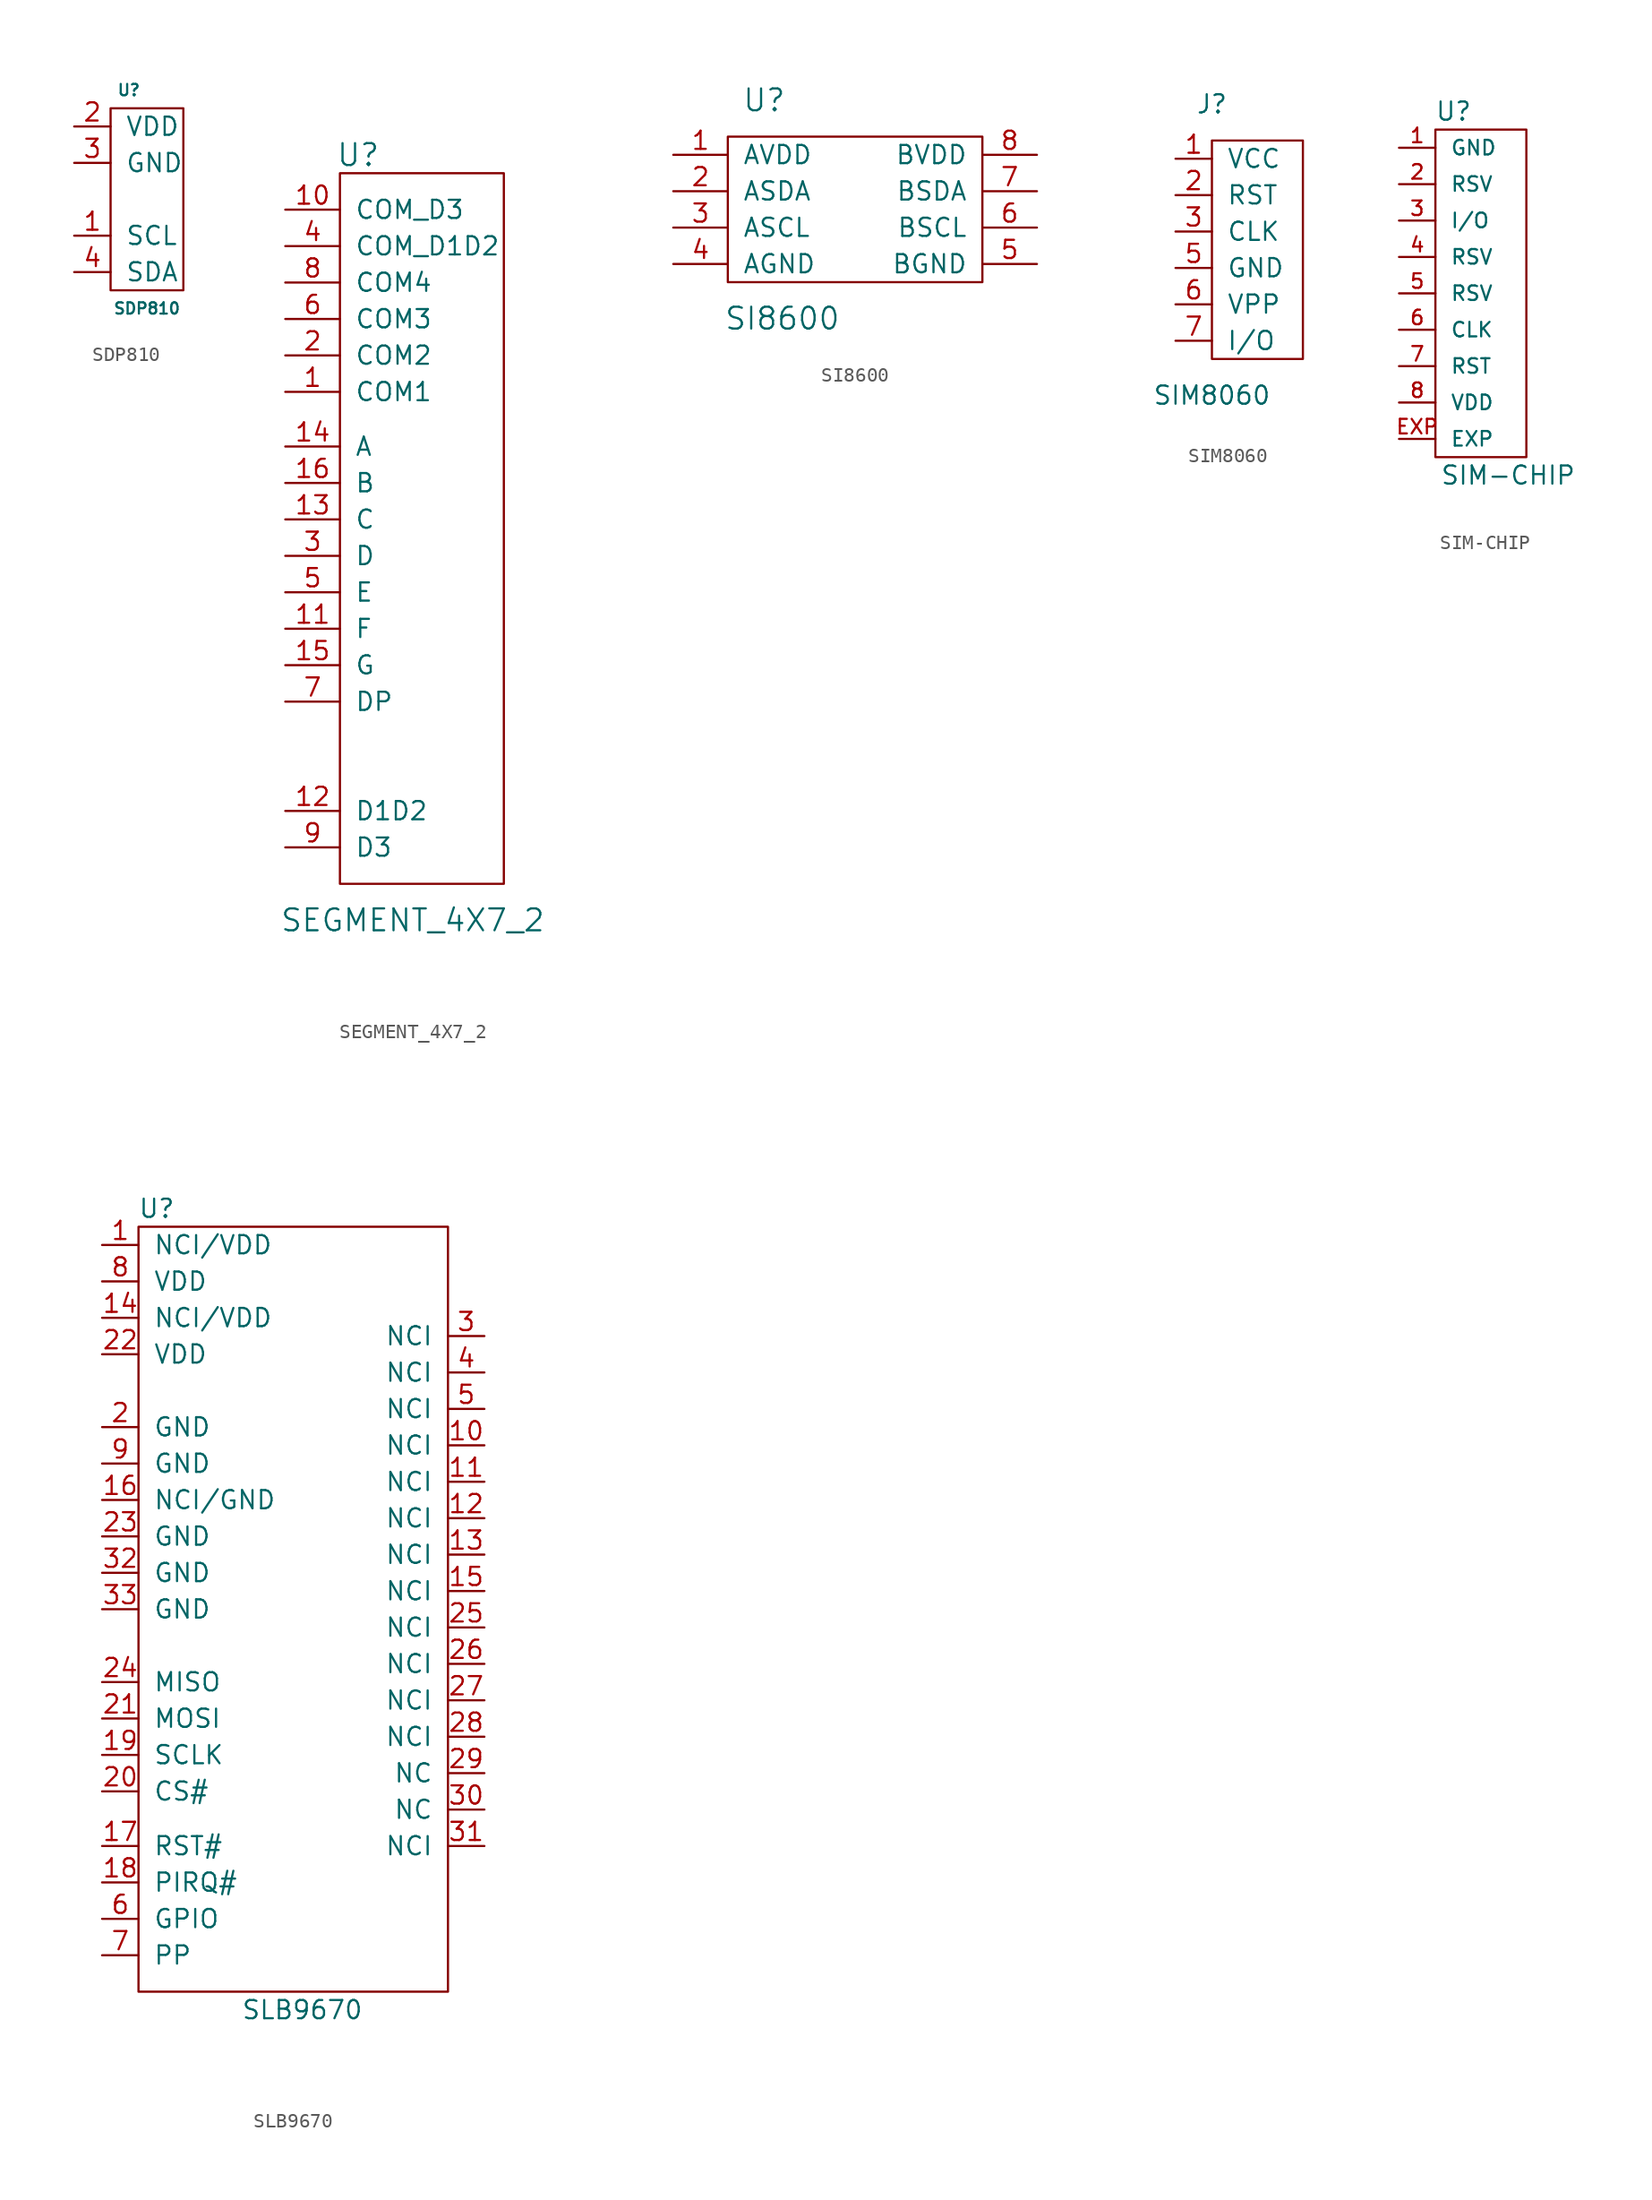
<source format=kicad_sym>
(kicad_symbol_lib
  (version 20211014)
  (generator kicad_symbol_editor)
  (symbol "SDP810"
    (pin_names
      (offset 1.016))
    (property "Reference" "U"
      (at 1.27 7.62 0)
      (effects (font (size 0.787 0.787))))
    (property "Value" "SDP810"
      (at 2.54 -7.62 0)
      (effects (font (size 0.787 0.787))))
    (symbol "SDP810_0_1"
      (rectangle (start 0 6.35) (end 5.08 -6.35) (stroke (width 0) (type default) (color 0 0 0 0)) (fill (type none))))
    (symbol "SDP810_1_1"
      (pin passive line (at -2.54 -2.54 0) (length 2.54) (name "SCL" (effects (font (size 1.27 1.27)))) (number "1" (effects (font (size 1.27 1.27)))))
      (pin passive line (at -2.54 5.08 0) (length 2.54) (name "VDD" (effects (font (size 1.27 1.27)))) (number "2" (effects (font (size 1.27 1.27)))))
      (pin passive line (at -2.54 2.54 0) (length 2.54) (name "GND" (effects (font (size 1.27 1.27)))) (number "3" (effects (font (size 1.27 1.27)))))
      (pin passive line (at -2.54 -5.08 0) (length 2.54) (name "SDA" (effects (font (size 1.27 1.27)))) (number "4" (effects (font (size 1.27 1.27)))))))
  (symbol "SEGMENT_4X7_2"
    (pin_names
      (offset 1.016))
    (property "Reference" "U"
      (at -3.81 1.27 0)
      (effects (font (size 1.524 1.524))))
    (property "Value" "SEGMENT_4X7_2"
      (at 0 -52.07 0)
      (effects (font (size 1.524 1.524))))
    (property "Footprint" ""
      (at 0 0 0)
      (effects (font (size 1.524 1.524))))
    (property "Datasheet" ""
      (at 0 0 0)
      (effects (font (size 1.524 1.524))))
    (symbol "SEGMENT_4X7_2_0_1"
      (rectangle (start -5.08 0) (end 6.35 -49.53) (stroke (width 0) (type default) (color 0 0 0 0)) (fill (type none))))
    (symbol "SEGMENT_4X7_2_1_1"
      (pin passive line (at -8.89 -15.24 0) (length 3.81) (name "COM1" (effects (font (size 1.27 1.27)))) (number "1" (effects (font (size 1.27 1.27)))))
      (pin passive line (at -8.89 -2.54 0) (length 3.81) (name "COM_D3" (effects (font (size 1.27 1.27)))) (number "10" (effects (font (size 1.27 1.27)))))
      (pin passive line (at -8.89 -31.75 0) (length 3.81) (name "F" (effects (font (size 1.27 1.27)))) (number "11" (effects (font (size 1.27 1.27)))))
      (pin passive line (at -8.89 -44.45 0) (length 3.81) (name "D1D2" (effects (font (size 1.27 1.27)))) (number "12" (effects (font (size 1.27 1.27)))))
      (pin passive line (at -8.89 -24.13 0) (length 3.81) (name "C" (effects (font (size 1.27 1.27)))) (number "13" (effects (font (size 1.27 1.27)))))
      (pin passive line (at -8.89 -19.05 0) (length 3.81) (name "A" (effects (font (size 1.27 1.27)))) (number "14" (effects (font (size 1.27 1.27)))))
      (pin passive line (at -8.89 -34.29 0) (length 3.81) (name "G" (effects (font (size 1.27 1.27)))) (number "15" (effects (font (size 1.27 1.27)))))
      (pin passive line (at -8.89 -21.59 0) (length 3.81) (name "B" (effects (font (size 1.27 1.27)))) (number "16" (effects (font (size 1.27 1.27)))))
      (pin passive line (at -8.89 -12.7 0) (length 3.81) (name "COM2" (effects (font (size 1.27 1.27)))) (number "2" (effects (font (size 1.27 1.27)))))
      (pin passive line (at -8.89 -26.67 0) (length 3.81) (name "D" (effects (font (size 1.27 1.27)))) (number "3" (effects (font (size 1.27 1.27)))))
      (pin passive line (at -8.89 -5.08 0) (length 3.81) (name "COM_D1D2" (effects (font (size 1.27 1.27)))) (number "4" (effects (font (size 1.27 1.27)))))
      (pin passive line (at -8.89 -29.21 0) (length 3.81) (name "E" (effects (font (size 1.27 1.27)))) (number "5" (effects (font (size 1.27 1.27)))))
      (pin passive line (at -8.89 -10.16 0) (length 3.81) (name "COM3" (effects (font (size 1.27 1.27)))) (number "6" (effects (font (size 1.27 1.27)))))
      (pin passive line (at -8.89 -36.83 0) (length 3.81) (name "DP" (effects (font (size 1.27 1.27)))) (number "7" (effects (font (size 1.27 1.27)))))
      (pin passive line (at -8.89 -7.62 0) (length 3.81) (name "COM4" (effects (font (size 1.27 1.27)))) (number "8" (effects (font (size 1.27 1.27)))))
      (pin passive line (at -8.89 -46.99 0) (length 3.81) (name "D3" (effects (font (size 1.27 1.27)))) (number "9" (effects (font (size 1.27 1.27)))))))
  (symbol "SI8600"
    (pin_names
      (offset 1.016))
    (property "Reference" "U"
      (at -6.35 7.62 0)
      (effects (font (size 1.524 1.524))))
    (property "Value" "SI8600"
      (at -5.08 -7.62 0)
      (effects (font (size 1.524 1.524))))
    (property "Footprint" ""
      (at 0 0 0)
      (effects (font (size 1.524 1.524))))
    (property "Datasheet" ""
      (at 0 0 0)
      (effects (font (size 1.524 1.524))))
    (symbol "SI8600_0_1"
      (rectangle (start -8.89 5.08) (end 8.89 -5.08) (stroke (width 0) (type default) (color 0 0 0 0)) (fill (type none))))
    (symbol "SI8600_1_1"
      (pin power_in line (at -12.7 3.81 0) (length 3.81) (name "AVDD" (effects (font (size 1.27 1.27)))) (number "1" (effects (font (size 1.27 1.27)))))
      (pin bidirectional line (at -12.7 1.27 0) (length 3.81) (name "ASDA" (effects (font (size 1.27 1.27)))) (number "2" (effects (font (size 1.27 1.27)))))
      (pin bidirectional line (at -12.7 -1.27 0) (length 3.81) (name "ASCL" (effects (font (size 1.27 1.27)))) (number "3" (effects (font (size 1.27 1.27)))))
      (pin power_out line (at -12.7 -3.81 0) (length 3.81) (name "AGND" (effects (font (size 1.27 1.27)))) (number "4" (effects (font (size 1.27 1.27)))))
      (pin passive line (at 12.7 -3.81 180) (length 3.81) (name "BGND" (effects (font (size 1.27 1.27)))) (number "5" (effects (font (size 1.27 1.27)))))
      (pin bidirectional line (at 12.7 -1.27 180) (length 3.81) (name "BSCL" (effects (font (size 1.27 1.27)))) (number "6" (effects (font (size 1.27 1.27)))))
      (pin bidirectional line (at 12.7 1.27 180) (length 3.81) (name "BSDA" (effects (font (size 1.27 1.27)))) (number "7" (effects (font (size 1.27 1.27)))))
      (pin power_in line (at 12.7 3.81 180) (length 3.81) (name "BVDD" (effects (font (size 1.27 1.27)))) (number "8" (effects (font (size 1.27 1.27)))))))
  (symbol "SIM8060"
    (pin_names
      (offset 1.016))
    (property "Reference" "J"
      (at 0 0 0)
      (effects (font (size 1.27 1.27))))
    (property "Value" "SIM8060"
      (at 0 -20.32 0)
      (effects (font (size 1.27 1.27))))
    (symbol "SIM8060_0_1"
      (rectangle (start 0 -2.54) (end 6.35 -17.78) (stroke (width 0) (type default) (color 0 0 0 0)) (fill (type none))))
    (symbol "SIM8060_1_1"
      (pin passive line (at -2.54 -3.81 0) (length 2.54) (name "VCC" (effects (font (size 1.27 1.27)))) (number "1" (effects (font (size 1.27 1.27)))))
      (pin passive line (at -2.54 -6.35 0) (length 2.54) (name "RST" (effects (font (size 1.27 1.27)))) (number "2" (effects (font (size 1.27 1.27)))))
      (pin passive line (at -2.54 -8.89 0) (length 2.54) (name "CLK" (effects (font (size 1.27 1.27)))) (number "3" (effects (font (size 1.27 1.27)))))
      (pin passive line (at -2.54 -11.43 0) (length 2.54) (name "GND" (effects (font (size 1.27 1.27)))) (number "5" (effects (font (size 1.27 1.27)))))
      (pin passive line (at -2.54 -13.97 0) (length 2.54) (name "VPP" (effects (font (size 1.27 1.27)))) (number "6" (effects (font (size 1.27 1.27)))))
      (pin passive line (at -2.54 -16.51 0) (length 2.54) (name "I/O" (effects (font (size 1.27 1.27)))) (number "7" (effects (font (size 1.27 1.27)))))))
  (symbol "SIM-CHIP"
    (pin_names
      (offset 1.016))
    (property "Reference" "U"
      (at 1.27 12.7 0)
      (effects (font (size 1.27 1.27))))
    (property "Value" "SIM-CHIP"
      (at 5.08 -12.7 0)
      (effects (font (size 1.27 1.27))))
    (symbol "SIM-CHIP_0_0"
      (pin passive line (at -2.54 10.16 0) (length 2.54) (name "GND" (effects (font (size 1.016 1.016)))) (number "1" (effects (font (size 1.016 1.016)))))
      (pin passive line (at -2.54 7.62 0) (length 2.54) (name "RSV" (effects (font (size 1.016 1.016)))) (number "2" (effects (font (size 1.016 1.016)))))
      (pin passive line (at -2.54 5.08 0) (length 2.54) (name "I/O" (effects (font (size 1.016 1.016)))) (number "3" (effects (font (size 1.016 1.016)))))
      (pin passive line (at -2.54 2.54 0) (length 2.54) (name "RSV" (effects (font (size 1.016 1.016)))) (number "4" (effects (font (size 1.016 1.016)))))
      (pin passive line (at -2.54 0 0) (length 2.54) (name "RSV" (effects (font (size 1.016 1.016)))) (number "5" (effects (font (size 1.016 1.016)))))
      (pin passive line (at -2.54 -2.54 0) (length 2.54) (name "CLK" (effects (font (size 1.016 1.016)))) (number "6" (effects (font (size 1.016 1.016)))))
      (pin passive line (at -2.54 -5.08 0) (length 2.54) (name "RST" (effects (font (size 1.016 1.016)))) (number "7" (effects (font (size 1.016 1.016)))))
      (pin passive line (at -2.54 -7.62 0) (length 2.54) (name "VDD" (effects (font (size 1.016 1.016)))) (number "8" (effects (font (size 1.016 1.016)))))
      (pin passive line (at -2.54 -10.16 0) (length 2.54) (name "EXP" (effects (font (size 1.016 1.016)))) (number "EXP" (effects (font (size 1.016 1.016))))))
    (symbol "SIM-CHIP_0_1"
      (rectangle (start 0 11.43) (end 6.35 -11.43) (stroke (width 0) (type default) (color 0 0 0 0)) (fill (type none)))))
  (symbol "SLB9670"
    (pin_names
      (offset 1.016))
    (property "Reference" "U"
      (at -10.16 25.4 0)
      (effects (font (size 1.27 1.27))))
    (property "Value" "SLB9670"
      (at 0 -30.48 0)
      (effects (font (size 1.27 1.27))))
    (symbol "SLB9670_0_1"
      (rectangle (start -11.43 24.13) (end 10.16 -29.21) (stroke (width 0) (type default) (color 0 0 0 0)) (fill (type none))))
    (symbol "SLB9670_1_1"
      (pin passive line (at -13.97 22.86 0) (length 2.54) (name "NCI/VDD" (effects (font (size 1.27 1.27)))) (number "1" (effects (font (size 1.27 1.27)))))
      (pin passive line (at 12.7 8.89 180) (length 2.54) (name "NCI" (effects (font (size 1.27 1.27)))) (number "10" (effects (font (size 1.27 1.27)))))
      (pin passive line (at 12.7 6.35 180) (length 2.54) (name "NCI" (effects (font (size 1.27 1.27)))) (number "11" (effects (font (size 1.27 1.27)))))
      (pin passive line (at 12.7 3.81 180) (length 2.54) (name "NCI" (effects (font (size 1.27 1.27)))) (number "12" (effects (font (size 1.27 1.27)))))
      (pin passive line (at 12.7 1.27 180) (length 2.54) (name "NCI" (effects (font (size 1.27 1.27)))) (number "13" (effects (font (size 1.27 1.27)))))
      (pin passive line (at -13.97 17.78 0) (length 2.54) (name "NCI/VDD" (effects (font (size 1.27 1.27)))) (number "14" (effects (font (size 1.27 1.27)))))
      (pin passive line (at 12.7 -1.27 180) (length 2.54) (name "NCI" (effects (font (size 1.27 1.27)))) (number "15" (effects (font (size 1.27 1.27)))))
      (pin passive line (at -13.97 5.08 0) (length 2.54) (name "NCI/GND" (effects (font (size 1.27 1.27)))) (number "16" (effects (font (size 1.27 1.27)))))
      (pin passive line (at -13.97 -19.05 0) (length 2.54) (name "RST#" (effects (font (size 1.27 1.27)))) (number "17" (effects (font (size 1.27 1.27)))))
      (pin passive line (at -13.97 -21.59 0) (length 2.54) (name "PIRQ#" (effects (font (size 1.27 1.27)))) (number "18" (effects (font (size 1.27 1.27)))))
      (pin passive line (at -13.97 -12.7 0) (length 2.54) (name "SCLK" (effects (font (size 1.27 1.27)))) (number "19" (effects (font (size 1.27 1.27)))))
      (pin passive line (at -13.97 10.16 0) (length 2.54) (name "GND" (effects (font (size 1.27 1.27)))) (number "2" (effects (font (size 1.27 1.27)))))
      (pin passive line (at -13.97 -15.24 0) (length 2.54) (name "CS#" (effects (font (size 1.27 1.27)))) (number "20" (effects (font (size 1.27 1.27)))))
      (pin passive line (at -13.97 -10.16 0) (length 2.54) (name "MOSI" (effects (font (size 1.27 1.27)))) (number "21" (effects (font (size 1.27 1.27)))))
      (pin passive line (at -13.97 15.24 0) (length 2.54) (name "VDD" (effects (font (size 1.27 1.27)))) (number "22" (effects (font (size 1.27 1.27)))))
      (pin passive line (at -13.97 2.54 0) (length 2.54) (name "GND" (effects (font (size 1.27 1.27)))) (number "23" (effects (font (size 1.27 1.27)))))
      (pin passive line (at -13.97 -7.62 0) (length 2.54) (name "MISO" (effects (font (size 1.27 1.27)))) (number "24" (effects (font (size 1.27 1.27)))))
      (pin passive line (at 12.7 -3.81 180) (length 2.54) (name "NCI" (effects (font (size 1.27 1.27)))) (number "25" (effects (font (size 1.27 1.27)))))
      (pin passive line (at 12.7 -6.35 180) (length 2.54) (name "NCI" (effects (font (size 1.27 1.27)))) (number "26" (effects (font (size 1.27 1.27)))))
      (pin passive line (at 12.7 -8.89 180) (length 2.54) (name "NCI" (effects (font (size 1.27 1.27)))) (number "27" (effects (font (size 1.27 1.27)))))
      (pin passive line (at 12.7 -11.43 180) (length 2.54) (name "NCI" (effects (font (size 1.27 1.27)))) (number "28" (effects (font (size 1.27 1.27)))))
      (pin passive line (at 12.7 -13.97 180) (length 2.54) (name "NC" (effects (font (size 1.27 1.27)))) (number "29" (effects (font (size 1.27 1.27)))))
      (pin passive line (at 12.7 16.51 180) (length 2.54) (name "NCI" (effects (font (size 1.27 1.27)))) (number "3" (effects (font (size 1.27 1.27)))))
      (pin passive line (at 12.7 -16.51 180) (length 2.54) (name "NC" (effects (font (size 1.27 1.27)))) (number "30" (effects (font (size 1.27 1.27)))))
      (pin passive line (at 12.7 -19.05 180) (length 2.54) (name "NCI" (effects (font (size 1.27 1.27)))) (number "31" (effects (font (size 1.27 1.27)))))
      (pin passive line (at -13.97 0 0) (length 2.54) (name "GND" (effects (font (size 1.27 1.27)))) (number "32" (effects (font (size 1.27 1.27)))))
      (pin passive line (at -13.97 -2.54 0) (length 2.54) (name "GND" (effects (font (size 1.27 1.27)))) (number "33" (effects (font (size 1.27 1.27)))))
      (pin passive line (at 12.7 13.97 180) (length 2.54) (name "NCI" (effects (font (size 1.27 1.27)))) (number "4" (effects (font (size 1.27 1.27)))))
      (pin passive line (at 12.7 11.43 180) (length 2.54) (name "NCI" (effects (font (size 1.27 1.27)))) (number "5" (effects (font (size 1.27 1.27)))))
      (pin passive line (at -13.97 -24.13 0) (length 2.54) (name "GPIO" (effects (font (size 1.27 1.27)))) (number "6" (effects (font (size 1.27 1.27)))))
      (pin passive line (at -13.97 -26.67 0) (length 2.54) (name "PP" (effects (font (size 1.27 1.27)))) (number "7" (effects (font (size 1.27 1.27)))))
      (pin passive line (at -13.97 20.32 0) (length 2.54) (name "VDD" (effects (font (size 1.27 1.27)))) (number "8" (effects (font (size 1.27 1.27)))))
      (pin passive line (at -13.97 7.62 0) (length 2.54) (name "GND" (effects (font (size 1.27 1.27)))) (number "9" (effects (font (size 1.27 1.27))))))))
</source>
